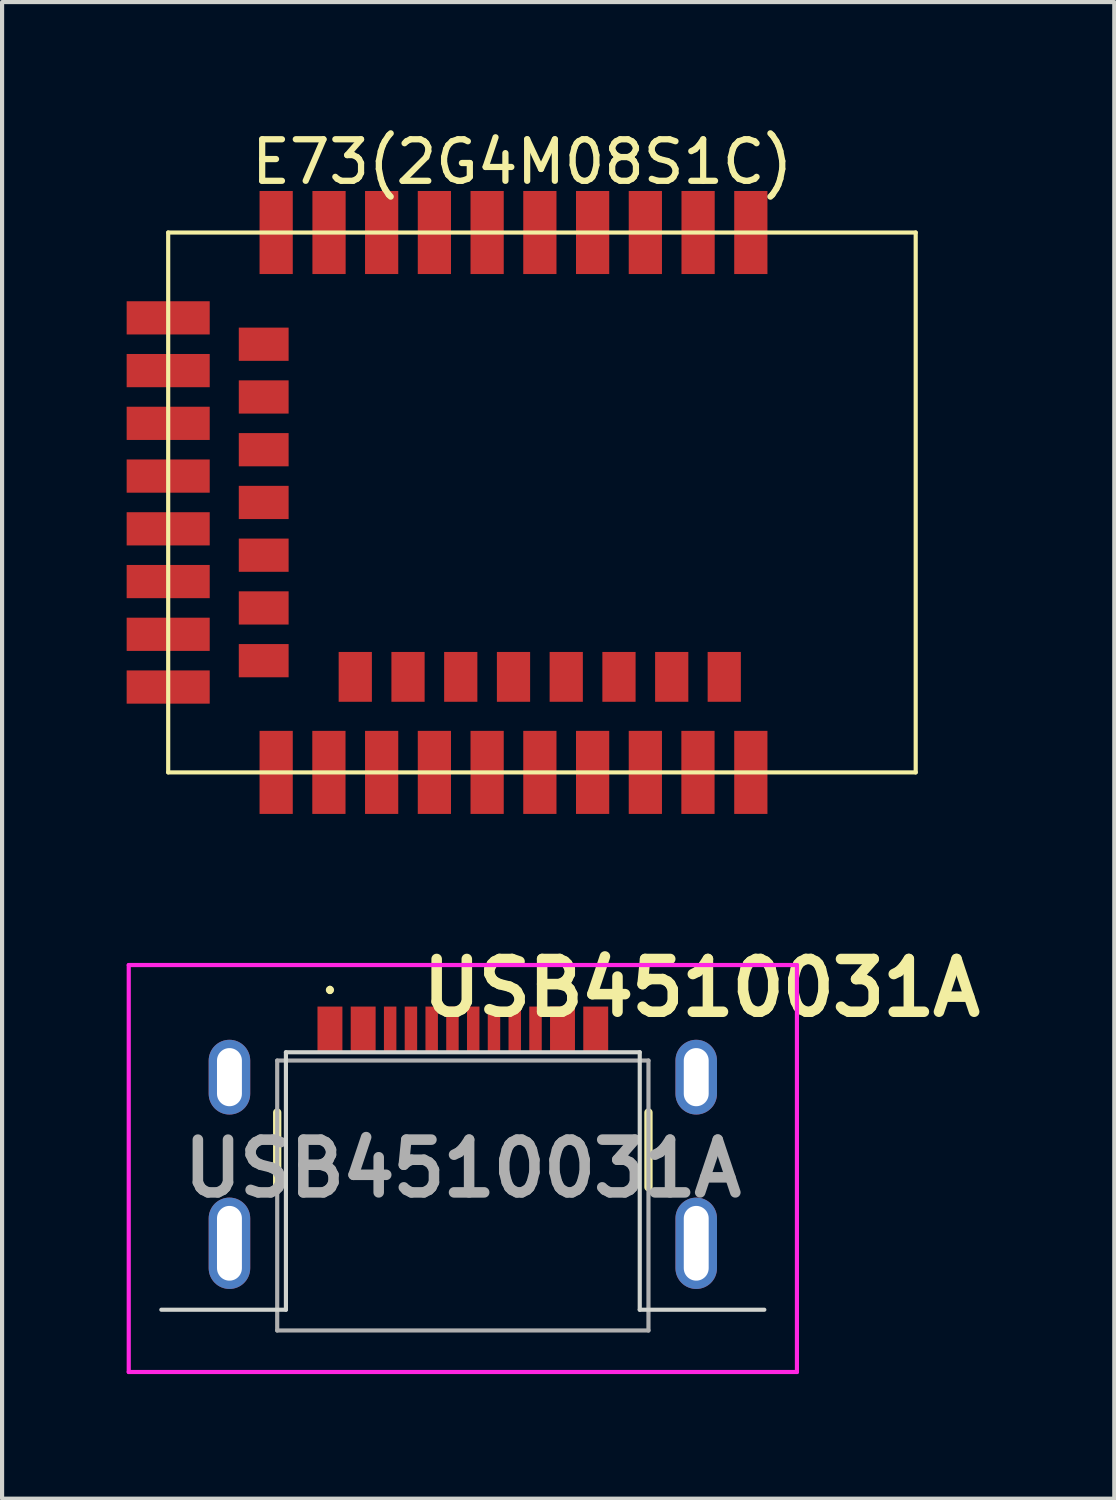
<source format=kicad_pcb>
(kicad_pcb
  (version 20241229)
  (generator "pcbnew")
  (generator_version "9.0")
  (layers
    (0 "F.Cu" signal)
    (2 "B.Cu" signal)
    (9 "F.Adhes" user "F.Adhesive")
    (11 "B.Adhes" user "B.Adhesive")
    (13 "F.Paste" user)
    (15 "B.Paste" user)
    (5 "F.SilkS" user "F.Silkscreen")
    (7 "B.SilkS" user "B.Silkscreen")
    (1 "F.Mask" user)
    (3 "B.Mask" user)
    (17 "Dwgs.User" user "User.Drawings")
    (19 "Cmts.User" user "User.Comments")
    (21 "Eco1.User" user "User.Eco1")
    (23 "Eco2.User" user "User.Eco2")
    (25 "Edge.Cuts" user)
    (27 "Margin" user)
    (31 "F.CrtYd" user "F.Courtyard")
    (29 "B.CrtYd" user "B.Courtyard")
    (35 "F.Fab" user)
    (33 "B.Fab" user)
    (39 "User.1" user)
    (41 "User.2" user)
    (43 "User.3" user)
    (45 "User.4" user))
  (footprint "USB4510031A"
    (layer "F.Cu")
    (at 8.095 25.738)
    (property "Reference" "USB4510031A" (at 5.75 -5 0) (layer "F.SilkS") (effects (font (size 1.27 1.27) (thickness 0.254))))
    (attr through_hole)
    (fp_line (start -4.47 -2) (end -4.47 -0.2) (stroke (width 0.2) (type solid)) (layer "F.SilkS"))
    (fp_line (start -3.2 -5) (end -3.2 -5) (stroke (width 0.1) (type solid)) (layer "F.SilkS"))
    (fp_line (start -3.2 -4.9) (end -3.2 -4.9) (stroke (width 0.1) (type solid)) (layer "F.SilkS"))
    (fp_line (start 4.47 -2) (end 4.47 -0.2) (stroke (width 0.2) (type solid)) (layer "F.SilkS"))
    (fp_arc (start -3.2 -5) (mid -3.15 -4.95) (end -3.2 -4.9) (stroke (width 0.1) (type solid)) (layer "F.SilkS"))
    (fp_arc (start -3.2 -4.9) (mid -3.25 -4.95) (end -3.2 -5) (stroke (width 0.1) (type solid)) (layer "F.SilkS"))
    (fp_line (start -4.26 -3.45) (end -4.26 2.75) (stroke (width 0.1) (type solid)) (layer "Edge.Cuts"))
    (fp_line (start -4.26 -3.45) (end 4.26 -3.45) (stroke (width 0.1) (type solid)) (layer "Edge.Cuts"))
    (fp_line (start -4.26 2.75) (end -7.26 2.75) (stroke (width 0.1) (type solid)) (layer "Edge.Cuts"))
    (fp_line (start 4.26 -3.45) (end 4.26 2.75) (stroke (width 0.1) (type solid)) (layer "Edge.Cuts"))
    (fp_line (start 4.26 2.75) (end 7.26 2.75) (stroke (width 0.1) (type solid)) (layer "Edge.Cuts"))
    (fp_line (start -8.045 -5.55) (end 8.045 -5.55) (stroke (width 0.1) (type solid)) (layer "F.CrtYd"))
    (fp_line (start -8.045 4.25) (end -8.045 -5.55) (stroke (width 0.1) (type solid)) (layer "F.CrtYd"))
    (fp_line (start 8.045 -5.55) (end 8.045 4.25) (stroke (width 0.1) (type solid)) (layer "F.CrtYd"))
    (fp_line (start 8.045 4.25) (end -8.045 4.25) (stroke (width 0.1) (type solid)) (layer "F.CrtYd"))
    (fp_line (start -4.47 -3.25) (end -4.47 3.25) (stroke (width 0.1) (type solid)) (layer "F.Fab"))
    (fp_line (start -4.47 3.25) (end 4.47 3.25) (stroke (width 0.1) (type solid)) (layer "F.Fab"))
    (fp_line (start 4.47 -3.25) (end -4.47 -3.25) (stroke (width 0.1) (type solid)) (layer "F.Fab"))
    (fp_line (start 4.47 3.25) (end 4.47 -3.25) (stroke (width 0.1) (type solid)) (layer "F.Fab"))
    (fp_text user "${REFERENCE}" (at 0 -0.65 0) (layer "F.Fab") (effects (font (size 1.27 1.27) (thickness 0.254))))
    (pad "A1" smd rect (at -3.2 -4) (size 0.6 1.1) (layers "F.Cu" "F.Mask" "F.Paste"))
    (pad "A4" smd rect (at -2.4 -4) (size 0.6 1.1) (layers "F.Cu" "F.Mask" "F.Paste"))
    (pad "A5" smd rect (at -1.25 -4) (size 0.3 1.1) (layers "F.Cu" "F.Mask" "F.Paste"))
    (pad "A6" smd rect (at -0.25 -4) (size 0.3 1.1) (layers "F.Cu" "F.Mask" "F.Paste"))
    (pad "A7" smd rect (at 0.25 -4) (size 0.3 1.1) (layers "F.Cu" "F.Mask" "F.Paste"))
    (pad "A8" smd rect (at 1.25 -4) (size 0.3 1.1) (layers "F.Cu" "F.Mask" "F.Paste"))
    (pad "A9" smd rect (at 2.4 -4) (size 0.6 1.1) (layers "F.Cu" "F.Mask" "F.Paste"))
    (pad "A12" smd rect (at 3.2 -4) (size 0.6 1.1) (layers "F.Cu" "F.Mask" "F.Paste"))
    (pad "B5" smd rect (at 1.75 -4) (size 0.3 1.1) (layers "F.Cu" "F.Mask" "F.Paste"))
    (pad "B6" smd rect (at 0.75 -4) (size 0.3 1.1) (layers "F.Cu" "F.Mask" "F.Paste"))
    (pad "B7" smd rect (at -0.75 -4) (size 0.3 1.1) (layers "F.Cu" "F.Mask" "F.Paste"))
    (pad "B8" smd rect (at -1.75 -4) (size 0.3 1.1) (layers "F.Cu" "F.Mask" "F.Paste"))
    (pad "MH1" thru_hole oval (at -5.62 -2.85) (size 1 1.8) (drill oval 0.6 1.4) (layers "*.Cu" "*.Mask"))
    (pad "MH2" thru_hole oval (at -5.62 1.15) (size 1 2.2) (drill oval 0.6 1.8) (layers "*.Cu" "*.Mask"))
    (pad "MH3" thru_hole oval (at 5.62 1.15) (size 1 2.2) (drill oval 0.6 1.8) (layers "*.Cu" "*.Mask"))
    (pad "MH4" thru_hole oval (at 5.62 -2.85) (size 1 1.8) (drill oval 0.6 1.4) (layers "*.Cu" "*.Mask")))
  (footprint "E73(2G4M08S1C)"
    (layer "F.Cu")
    (at 1 15.549)
    (property "Reference" "E73(2G4M08S1C)" (at 8.525 -14.7 0) (layer "F.SilkS") (effects (font (size 1 1) (thickness 0.15))))
    (fp_line (start 0 -13) (end 18 -13) (stroke (width 0.1) (type solid)) (layer "F.SilkS"))
    (fp_line (start 0 0) (end 0 -13) (stroke (width 0.1) (type solid)) (layer "F.SilkS"))
    (fp_line (start 0 0) (end 18 0) (stroke (width 0.1) (type solid)) (layer "F.SilkS"))
    (fp_line (start 18 0) (end 18 -13) (stroke (width 0.1) (type solid)) (layer "F.SilkS"))
    (pad "1" smd rect (at 14.03 -13 270) (size 2 0.8) (layers "F.Cu" "F.Mask" "F.Paste"))
    (pad "2" smd rect (at 12.76 -13 270) (size 2 0.8) (layers "F.Cu" "F.Mask" "F.Paste"))
    (pad "3" smd rect (at 11.49 -13 270) (size 2 0.8) (layers "F.Cu" "F.Mask" "F.Paste"))
    (pad "4" smd rect (at 10.22 -13 270) (size 2 0.8) (layers "F.Cu" "F.Mask" "F.Paste"))
    (pad "5" smd rect (at 8.95 -13 270) (size 2 0.8) (layers "F.Cu" "F.Mask" "F.Paste"))
    (pad "6" smd rect (at 7.68 -13 270) (size 2 0.8) (layers "F.Cu" "F.Mask" "F.Paste"))
    (pad "7" smd rect (at 6.41 -13 270) (size 2 0.8) (layers "F.Cu" "F.Mask" "F.Paste"))
    (pad "8" smd rect (at 5.14 -13 270) (size 2 0.8) (layers "F.Cu" "F.Mask" "F.Paste"))
    (pad "9" smd rect (at 3.873 -13 270) (size 2 0.8) (layers "F.Cu" "F.Mask" "F.Paste"))
    (pad "10" smd rect (at 2.6 -13 270) (size 2 0.8) (layers "F.Cu" "F.Mask" "F.Paste"))
    (pad "11" smd rect (at 0 -10.945) (size 2 0.8) (layers "F.Cu" "F.Mask" "F.Paste"))
    (pad "12" smd rect (at 2.3 -10.31) (size 1.2 0.8) (layers "F.Cu" "F.Mask" "F.Paste"))
    (pad "13" smd rect (at 0 -9.675) (size 2 0.8) (layers "F.Cu" "F.Mask" "F.Paste"))
    (pad "14" smd rect (at 2.3 -9.04) (size 1.2 0.8) (layers "F.Cu" "F.Mask" "F.Paste"))
    (pad "15" smd rect (at 0 -8.405) (size 2 0.8) (layers "F.Cu" "F.Mask" "F.Paste"))
    (pad "16" smd rect (at 2.3 -7.77) (size 1.2 0.8) (layers "F.Cu" "F.Mask" "F.Paste"))
    (pad "17" smd rect (at 0 -7.135) (size 2 0.8) (layers "F.Cu" "F.Mask" "F.Paste"))
    (pad "18" smd rect (at 2.3 -6.5) (size 1.2 0.8) (layers "F.Cu" "F.Mask" "F.Paste"))
    (pad "19" smd rect (at 0 -5.865) (size 2 0.8) (layers "F.Cu" "F.Mask" "F.Paste"))
    (pad "20" smd rect (at 2.3 -5.23) (size 1.2 0.8) (layers "F.Cu" "F.Mask" "F.Paste"))
    (pad "21" smd rect (at 0 -4.595) (size 2 0.8) (layers "F.Cu" "F.Mask" "F.Paste"))
    (pad "22" smd rect (at 2.3 -3.96) (size 1.2 0.8) (layers "F.Cu" "F.Mask" "F.Paste"))
    (pad "23" smd rect (at 0 -3.325) (size 2 0.8) (layers "F.Cu" "F.Mask" "F.Paste"))
    (pad "24" smd rect (at 2.3 -2.69) (size 1.2 0.8) (layers "F.Cu" "F.Mask" "F.Paste"))
    (pad "25" smd rect (at 0 -2.055) (size 2 0.8) (layers "F.Cu" "F.Mask" "F.Paste"))
    (pad "26" smd rect (at 2.6 0 90) (size 2 0.8) (layers "F.Cu" "F.Mask" "F.Paste"))
    (pad "27" smd rect (at 3.87 0 90) (size 2 0.8) (layers "F.Cu" "F.Mask" "F.Paste"))
    (pad "28" smd rect (at 4.505 -2.3 270) (size 1.2 0.8) (layers "F.Cu" "F.Mask" "F.Paste"))
    (pad "29" smd rect (at 5.14 0 90) (size 2 0.8) (layers "F.Cu" "F.Mask" "F.Paste"))
    (pad "30" smd rect (at 5.775 -2.3 270) (size 1.2 0.8) (layers "F.Cu" "F.Mask" "F.Paste"))
    (pad "31" smd rect (at 6.41 0 90) (size 2 0.8) (layers "F.Cu" "F.Mask" "F.Paste"))
    (pad "32" smd rect (at 7.045 -2.3 270) (size 1.2 0.8) (layers "F.Cu" "F.Mask" "F.Paste"))
    (pad "33" smd rect (at 7.68 0 90) (size 2 0.8) (layers "F.Cu" "F.Mask" "F.Paste"))
    (pad "34" smd rect (at 8.315 -2.3 270) (size 1.2 0.8) (layers "F.Cu" "F.Mask" "F.Paste"))
    (pad "35" smd rect (at 8.95 0 90) (size 2 0.8) (layers "F.Cu" "F.Mask" "F.Paste"))
    (pad "36" smd rect (at 9.585 -2.3 270) (size 1.2 0.8) (layers "F.Cu" "F.Mask" "F.Paste"))
    (pad "37" smd rect (at 10.22 0 90) (size 2 0.8) (layers "F.Cu" "F.Mask" "F.Paste"))
    (pad "38" smd rect (at 10.855 -2.3 270) (size 1.2 0.8) (layers "F.Cu" "F.Mask" "F.Paste"))
    (pad "39" smd rect (at 11.49 0 90) (size 2 0.8) (layers "F.Cu" "F.Mask" "F.Paste"))
    (pad "40" smd rect (at 12.125 -2.3 270) (size 1.2 0.8) (layers "F.Cu" "F.Mask" "F.Paste"))
    (pad "41" smd rect (at 12.757 0.0003 90) (size 2 0.8) (layers "F.Cu" "F.Mask" "F.Paste"))
    (pad "42" smd rect (at 13.39 -2.3 270) (size 1.2 0.8) (layers "F.Cu" "F.Mask" "F.Paste"))
    (pad "43" smd rect (at 14.03 0 90) (size 2 0.8) (layers "F.Cu" "F.Mask" "F.Paste")))
  (gr_rect
    (start -3 -3)
    (end 23.782 33.038)
    (stroke (width 0.1) (type default))
    (fill no)
    (layer "Edge.Cuts")))
</source>
